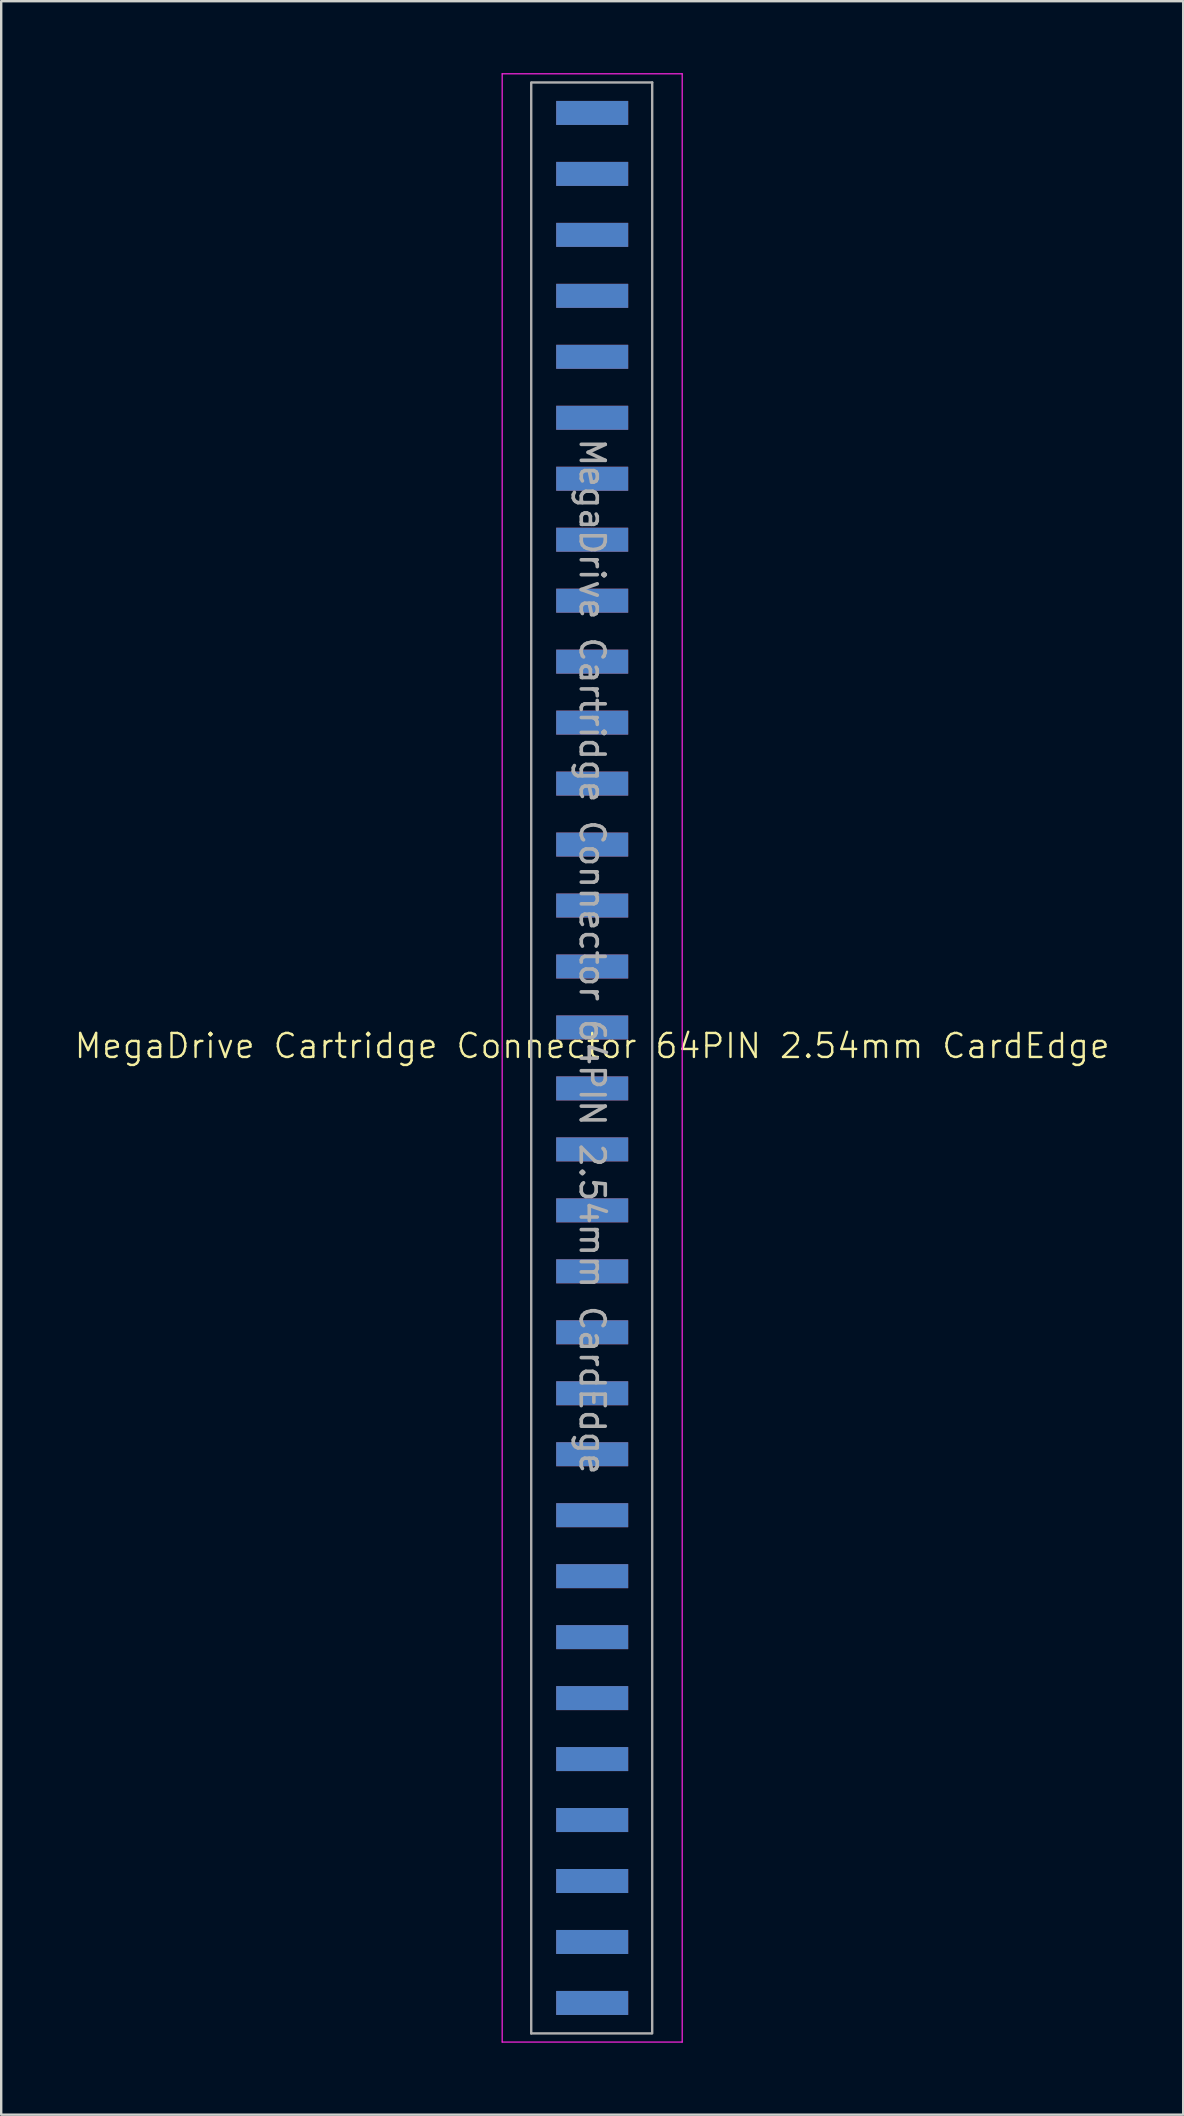
<source format=kicad_pcb>
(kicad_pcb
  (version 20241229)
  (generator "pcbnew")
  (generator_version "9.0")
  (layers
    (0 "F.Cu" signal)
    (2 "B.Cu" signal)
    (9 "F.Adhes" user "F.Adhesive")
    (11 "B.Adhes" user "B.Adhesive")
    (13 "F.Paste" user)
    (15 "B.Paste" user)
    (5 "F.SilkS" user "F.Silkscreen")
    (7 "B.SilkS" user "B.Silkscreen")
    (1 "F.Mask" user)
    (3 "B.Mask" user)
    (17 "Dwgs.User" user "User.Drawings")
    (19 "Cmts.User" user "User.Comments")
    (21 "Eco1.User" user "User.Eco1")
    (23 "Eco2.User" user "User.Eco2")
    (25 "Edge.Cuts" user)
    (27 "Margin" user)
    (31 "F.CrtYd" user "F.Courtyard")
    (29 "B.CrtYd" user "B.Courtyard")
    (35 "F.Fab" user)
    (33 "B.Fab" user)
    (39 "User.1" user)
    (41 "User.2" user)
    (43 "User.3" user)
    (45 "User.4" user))
  (footprint "MegaDrive Cartridge Connector 64PIN 2.54mm CardEdge"
    (layer "F.Cu")
    (at 21.621 41.025)
    (property "Reference" "MegaDrive Cartridge Connector 64PIN 2.54mm CardEdge" (at 0 -0.5 0) (unlocked yes) (layer "F.SilkS") (effects (font (size 1 1) (thickness 0.1))))
    (attr smd)
    (fp_line (start -3.75 -41) (end -3.75 41) (stroke (width 0.05) (type solid)) (layer "F.CrtYd"))
    (fp_line (start -3.75 -41) (end 3.75 -41) (stroke (width 0.05) (type solid)) (layer "F.CrtYd"))
    (fp_line (start -3.75 41) (end 3.75 41) (stroke (width 0.05) (type solid)) (layer "F.CrtYd"))
    (fp_line (start 3.75 41) (end 3.75 -41) (stroke (width 0.05) (type solid)) (layer "F.CrtYd"))
    (fp_line (start -2.54 -40.64) (end -2.54 40.64) (stroke (width 0.1) (type default)) (layer "F.Fab"))
    (fp_line (start -2.54 40.64) (end 2.46 40.64) (stroke (width 0.1) (type solid)) (layer "F.Fab"))
    (fp_line (start -2.5 -40.64) (end 2.5 -40.64) (stroke (width 0.1) (type solid)) (layer "F.Fab"))
    (fp_line (start 2.5 -40.64) (end 2.5 40.64) (stroke (width 0.1) (type default)) (layer "F.Fab"))
    (fp_text user "${REFERENCE}" (at 0 -4.23 270) (unlocked yes) (layer "F.Fab") (effects (font (size 1 1) (thickness 0.15))))
    (pad "A1" smd rect (at 0 -39.37) (size 3 1) (layers "F.Cu" "F.Mask" "F.Paste"))
    (pad "A2" smd rect (at 0 -36.83) (size 3 1) (layers "F.Cu" "F.Mask" "F.Paste"))
    (pad "A3" smd rect (at 0 -34.29) (size 3 1) (layers "F.Cu" "F.Mask" "F.Paste"))
    (pad "A4" smd rect (at 0 -31.75) (size 3 1) (layers "F.Cu" "F.Mask" "F.Paste"))
    (pad "A5" smd rect (at 0 -29.21) (size 3 1) (layers "F.Cu" "F.Mask" "F.Paste"))
    (pad "A6" smd rect (at 0 -26.67) (size 3 1) (layers "F.Cu" "F.Mask" "F.Paste"))
    (pad "A7" smd rect (at 0 -24.13) (size 3 1) (layers "F.Cu" "F.Mask" "F.Paste"))
    (pad "A8" smd rect (at 0 -21.59) (size 3 1) (layers "F.Cu" "F.Mask" "F.Paste"))
    (pad "A9" smd rect (at 0 -19.05) (size 3 1) (layers "F.Cu" "F.Mask" "F.Paste"))
    (pad "A10" smd rect (at 0 -16.51) (size 3 1) (layers "F.Cu" "F.Mask" "F.Paste"))
    (pad "A11" smd rect (at 0 -13.97) (size 3 1) (layers "F.Cu" "F.Mask" "F.Paste"))
    (pad "A12" smd rect (at 0 -11.43) (size 3 1) (layers "F.Cu" "F.Mask" "F.Paste"))
    (pad "A13" smd rect (at 0 -8.89) (size 3 1) (layers "F.Cu" "F.Mask" "F.Paste"))
    (pad "A14" smd rect (at 0 -6.35) (size 3 1) (layers "F.Cu" "F.Mask" "F.Paste"))
    (pad "A15" smd rect (at 0 -3.81) (size 3 1) (layers "F.Cu" "F.Mask" "F.Paste"))
    (pad "A16" smd rect (at 0 -1.27) (size 3 1) (layers "F.Cu" "F.Mask" "F.Paste"))
    (pad "A17" smd rect (at 0 1.27) (size 3 1) (layers "F.Cu" "F.Mask" "F.Paste"))
    (pad "A18" smd rect (at 0 3.81) (size 3 1) (layers "F.Cu" "F.Mask" "F.Paste"))
    (pad "A19" smd rect (at 0 6.35) (size 3 1) (layers "F.Cu" "F.Mask" "F.Paste"))
    (pad "A20" smd rect (at 0 8.89) (size 3 1) (layers "F.Cu" "F.Mask" "F.Paste"))
    (pad "A21" smd rect (at 0 11.43) (size 3 1) (layers "F.Cu" "F.Mask" "F.Paste"))
    (pad "A22" smd rect (at 0 13.97) (size 3 1) (layers "F.Cu" "F.Mask" "F.Paste"))
    (pad "A23" smd rect (at 0 16.51) (size 3 1) (layers "F.Cu" "F.Mask" "F.Paste"))
    (pad "A24" smd rect (at 0 19.05) (size 3 1) (layers "F.Cu" "F.Mask" "F.Paste"))
    (pad "A25" smd rect (at 0 21.59) (size 3 1) (layers "F.Cu" "F.Mask" "F.Paste"))
    (pad "A26" smd rect (at 0 24.13) (size 3 1) (layers "F.Cu" "F.Mask" "F.Paste"))
    (pad "A27" smd rect (at 0 26.67) (size 3 1) (layers "F.Cu" "F.Mask" "F.Paste"))
    (pad "A28" smd rect (at 0 29.21) (size 3 1) (layers "F.Cu" "F.Mask" "F.Paste"))
    (pad "A29" smd rect (at 0 31.75) (size 3 1) (layers "F.Cu" "F.Mask" "F.Paste"))
    (pad "A30" smd rect (at 0 34.29) (size 3 1) (layers "F.Cu" "F.Mask" "F.Paste"))
    (pad "A31" smd rect (at 0 36.83) (size 3 1) (layers "F.Cu" "F.Mask" "F.Paste"))
    (pad "A32" smd rect (at 0 39.37) (size 3 1) (layers "F.Cu" "F.Mask" "F.Paste"))
    (pad "B1" smd rect (at 0 -39.37) (size 3 1) (layers "B.Cu" "B.Mask" "B.Paste"))
    (pad "B2" smd rect (at 0 -36.83) (size 3 1) (layers "B.Cu" "B.Mask" "B.Paste"))
    (pad "B3" smd rect (at 0 -34.29) (size 3 1) (layers "B.Cu" "B.Mask" "B.Paste"))
    (pad "B4" smd rect (at 0 -31.75) (size 3 1) (layers "B.Cu" "B.Mask" "B.Paste"))
    (pad "B5" smd rect (at 0 -29.21) (size 3 1) (layers "B.Cu" "B.Mask" "B.Paste"))
    (pad "B6" smd rect (at 0 -26.67) (size 3 1) (layers "B.Cu" "B.Mask" "B.Paste"))
    (pad "B7" smd rect (at 0 -24.13) (size 3 1) (layers "B.Cu" "B.Mask" "B.Paste"))
    (pad "B8" smd rect (at 0 -21.59) (size 3 1) (layers "B.Cu" "B.Mask" "B.Paste"))
    (pad "B9" smd rect (at 0 -19.05) (size 3 1) (layers "B.Cu" "B.Mask" "B.Paste"))
    (pad "B10" smd rect (at 0 -16.51) (size 3 1) (layers "B.Cu" "B.Mask" "B.Paste"))
    (pad "B11" smd rect (at 0 -13.97) (size 3 1) (layers "B.Cu" "B.Mask" "B.Paste"))
    (pad "B12" smd rect (at 0 -11.43) (size 3 1) (layers "B.Cu" "B.Mask" "B.Paste"))
    (pad "B13" smd rect (at 0 -8.89) (size 3 1) (layers "B.Cu" "B.Mask" "B.Paste"))
    (pad "B14" smd rect (at 0 -6.35) (size 3 1) (layers "B.Cu" "B.Mask" "B.Paste"))
    (pad "B15" smd rect (at 0 -3.81) (size 3 1) (layers "B.Cu" "B.Mask" "B.Paste"))
    (pad "B16" smd rect (at 0 -1.27) (size 3 1) (layers "B.Cu" "B.Mask" "B.Paste"))
    (pad "B17" smd rect (at 0 1.27) (size 3 1) (layers "B.Cu" "B.Mask" "B.Paste"))
    (pad "B18" smd rect (at 0 3.81) (size 3 1) (layers "B.Cu" "B.Mask" "B.Paste"))
    (pad "B19" smd rect (at 0 6.35) (size 3 1) (layers "B.Cu" "B.Mask" "B.Paste"))
    (pad "B20" smd rect (at 0 8.89) (size 3 1) (layers "B.Cu" "B.Mask" "B.Paste"))
    (pad "B21" smd rect (at 0 11.43) (size 3 1) (layers "B.Cu" "B.Mask" "B.Paste"))
    (pad "B22" smd rect (at 0 13.97) (size 3 1) (layers "B.Cu" "B.Mask" "B.Paste"))
    (pad "B23" smd rect (at 0 16.51) (size 3 1) (layers "B.Cu" "B.Mask" "B.Paste"))
    (pad "B24" smd rect (at 0 19.05) (size 3 1) (layers "B.Cu" "B.Mask" "B.Paste"))
    (pad "B25" smd rect (at 0 21.59) (size 3 1) (layers "B.Cu" "B.Mask" "B.Paste"))
    (pad "B26" smd rect (at 0 24.13) (size 3 1) (layers "B.Cu" "B.Mask" "B.Paste"))
    (pad "B27" smd rect (at 0 26.67) (size 3 1) (layers "B.Cu" "B.Mask" "B.Paste"))
    (pad "B28" smd rect (at 0 29.21) (size 3 1) (layers "B.Cu" "B.Mask" "B.Paste"))
    (pad "B29" smd rect (at 0 31.75) (size 3 1) (layers "B.Cu" "B.Mask" "B.Paste"))
    (pad "B30" smd rect (at 0 34.29) (size 3 1) (layers "B.Cu" "B.Mask" "B.Paste"))
    (pad "B31" smd rect (at 0 36.83) (size 3 1) (layers "B.Cu" "B.Mask" "B.Paste"))
    (pad "B32" smd rect (at 0 39.37) (size 3 1) (layers "B.Cu" "B.Mask" "B.Paste")))
  (gr_rect
    (start -3 -3)
    (end 46.243 85.05)
    (stroke (width 0.1) (type default))
    (fill no)
    (layer "Edge.Cuts")))
</source>
